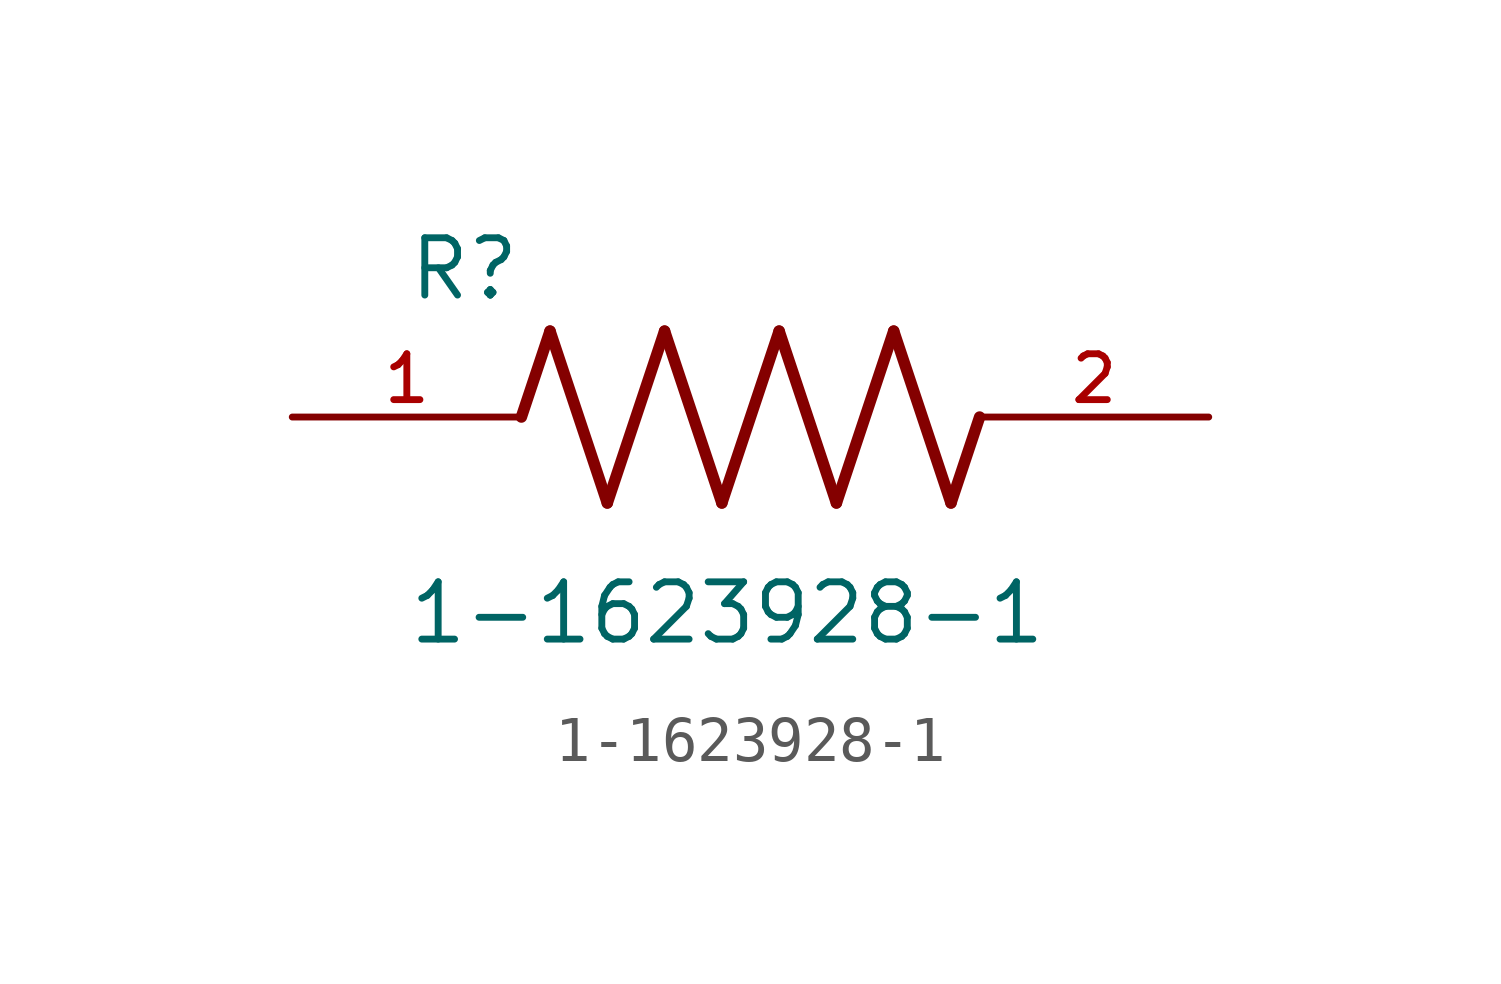
<source format=kicad_sym>
(kicad_symbol_lib
  (version 20211014)
  (generator kicad_symbol_editor)
  (symbol "1-1623928-1"
    (pin_names
      (offset 1.016))
    (property "Reference" "R"
      (at -7.624 2.541 0)
      (effects (font (size 1.27 1.27)) (justify bottom left)))
    (property "Value" "1-1623928-1"
      (at -7.63 -5.087 0)
      (effects (font (size 1.27 1.27)) (justify bottom left)))
    (symbol "1-1623928-1_0_0"
      (polyline (pts (xy -5.08 0.0) (xy -4.445 1.905)) (stroke (width 0.254)))
      (polyline (pts (xy -4.445 1.905) (xy -3.175 -1.905)) (stroke (width 0.254)))
      (polyline (pts (xy -3.175 -1.905) (xy -1.905 1.905)) (stroke (width 0.254)))
      (polyline (pts (xy -1.905 1.905) (xy -0.635 -1.905)) (stroke (width 0.254)))
      (polyline (pts (xy -0.635 -1.905) (xy 0.635 1.905)) (stroke (width 0.254)))
      (polyline (pts (xy 0.635 1.905) (xy 1.905 -1.905)) (stroke (width 0.254)))
      (polyline (pts (xy 1.905 -1.905) (xy 3.175 1.905)) (stroke (width 0.254)))
      (polyline (pts (xy 3.175 1.905) (xy 4.445 -1.905)) (stroke (width 0.254)))
      (polyline (pts (xy 4.445 -1.905) (xy 5.08 0.0)) (stroke (width 0.254)))
      (pin passive line (at 10.16 0.0 180.0) (length 5.08) (name "~" (effects (font (size 1.016 1.016)))) (number "2" (effects (font (size 1.016 1.016)))))
      (pin passive line (at -10.16 0.0 0) (length 5.08) (name "~" (effects (font (size 1.016 1.016)))) (number "1" (effects (font (size 1.016 1.016))))))))
</source>
